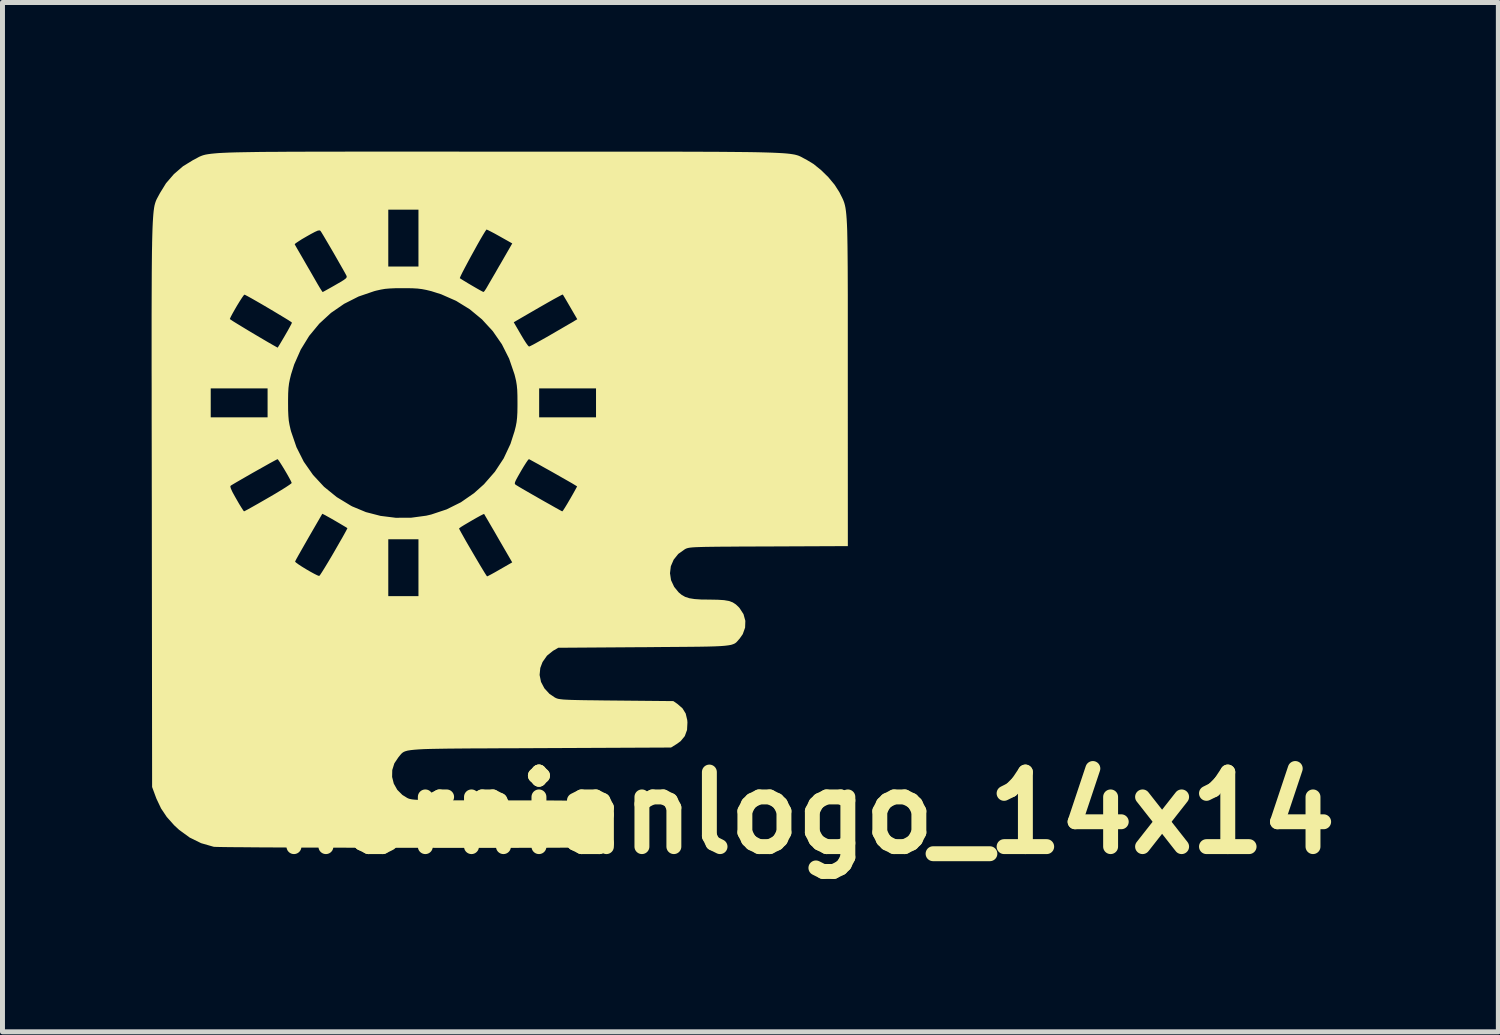
<source format=kicad_pcb>
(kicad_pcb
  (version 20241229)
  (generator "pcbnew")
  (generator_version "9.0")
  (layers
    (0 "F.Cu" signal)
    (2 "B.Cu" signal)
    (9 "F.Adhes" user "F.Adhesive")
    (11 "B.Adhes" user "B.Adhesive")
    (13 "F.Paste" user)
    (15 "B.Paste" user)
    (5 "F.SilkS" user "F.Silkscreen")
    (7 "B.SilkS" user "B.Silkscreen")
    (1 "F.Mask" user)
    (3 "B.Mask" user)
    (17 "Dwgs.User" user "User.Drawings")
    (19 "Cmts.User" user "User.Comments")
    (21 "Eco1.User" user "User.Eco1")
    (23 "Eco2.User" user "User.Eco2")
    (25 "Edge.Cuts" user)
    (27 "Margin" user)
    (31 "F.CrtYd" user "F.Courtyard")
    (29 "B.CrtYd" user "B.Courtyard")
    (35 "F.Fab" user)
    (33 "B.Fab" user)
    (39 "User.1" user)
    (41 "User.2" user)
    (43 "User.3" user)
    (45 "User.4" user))
  (footprint "hernianlogo_14x14"
    (layer "F.Cu")
    (at 7.002 7.004)
    (property "Reference" "hernianlogo_14x14" (at 6.147 6.299 0) (layer "F.SilkS") (effects (font (size 1.5 1.5) (thickness 0.3))))
    (attr board_only exclude_from_pos_files exclude_from_bom)
    (fp_poly (pts (xy -2.082 -7.004) (xy -1.585 -7.004) (xy -1.046 -7.004) (xy -0.464 -7.003) (xy -0.001 -7.003) (xy 0.616 -7.003) (xy 1.189 -7.003) (xy 1.718 -7.003) (xy 2.206 -7.003) (xy 2.654 -7.003) (xy 3.064 -7.003) (xy 3.438 -7.003) (xy 3.778 -7.002) (xy 4.086 -7.001) (xy 4.363 -7) (xy 4.611 -6.998) (xy 4.831 -6.996) (xy 5.027 -6.994) (xy 5.198 -6.991) (xy 5.348 -6.987) (xy 5.478 -6.983) (xy 5.589 -6.978) (xy 5.684 -6.973) (xy 5.764 -6.967) (xy 5.832 -6.96) (xy 5.887 -6.952) (xy 5.934 -6.944) (xy 5.973 -6.934) (xy 6.006 -6.924) (xy 6.035 -6.912) (xy 6.061 -6.9) (xy 6.087 -6.886) (xy 6.114 -6.871) (xy 6.144 -6.855) (xy 6.163 -6.846) (xy 6.312 -6.756) (xy 6.465 -6.633) (xy 6.611 -6.49) (xy 6.738 -6.337) (xy 6.834 -6.187) (xy 6.846 -6.163) (xy 6.867 -6.121) (xy 6.887 -6.082) (xy 6.904 -6.046) (xy 6.919 -6.01) (xy 6.933 -5.97) (xy 6.945 -5.926) (xy 6.956 -5.873) (xy 6.965 -5.811) (xy 6.973 -5.737) (xy 6.98 -5.648) (xy 6.986 -5.541) (xy 6.991 -5.416) (xy 6.994 -5.268) (xy 6.997 -5.096) (xy 6.999 -4.897) (xy 7.001 -4.669) (xy 7.002 -4.41) (xy 7.003 -4.117) (xy 7.003 -3.788) (xy 7.003 -3.42) (xy 7.003 -3.011) (xy 7.003 -2.559) (xy 7.003 -2.376) (xy 7.004 0.932) (xy 5.41 0.939) (xy 5.099 0.94) (xy 4.831 0.941) (xy 4.602 0.943) (xy 4.41 0.944) (xy 4.251 0.946) (xy 4.122 0.948) (xy 4.018 0.951) (xy 3.936 0.954) (xy 3.874 0.958) (xy 3.828 0.963) (xy 3.793 0.969) (xy 3.767 0.976) (xy 3.746 0.984) (xy 3.728 0.994) (xy 3.724 0.996) (xy 3.593 1.089) (xy 3.5 1.205) (xy 3.443 1.337) (xy 3.426 1.477) (xy 3.447 1.617) (xy 3.51 1.752) (xy 3.599 1.861) (xy 3.662 1.914) (xy 3.731 1.953) (xy 3.814 1.98) (xy 3.919 1.997) (xy 4.054 2.006) (xy 4.223 2.008) (xy 4.388 2.011) (xy 4.514 2.019) (xy 4.612 2.036) (xy 4.688 2.064) (xy 4.751 2.105) (xy 4.811 2.162) (xy 4.826 2.179) (xy 4.905 2.301) (xy 4.942 2.435) (xy 4.937 2.572) (xy 4.89 2.703) (xy 4.828 2.792) (xy 4.802 2.821) (xy 4.78 2.847) (xy 4.758 2.87) (xy 4.732 2.889) (xy 4.699 2.904) (xy 4.656 2.918) (xy 4.6 2.928) (xy 4.527 2.937) (xy 4.434 2.944) (xy 4.318 2.949) (xy 4.176 2.953) (xy 4.004 2.956) (xy 3.799 2.958) (xy 3.557 2.96) (xy 3.276 2.962) (xy 2.952 2.965) (xy 2.895 2.965) (xy 1.179 2.977) (xy 1.072 3.039) (xy 0.952 3.136) (xy 0.862 3.264) (xy 0.817 3.383) (xy 0.803 3.524) (xy 0.831 3.663) (xy 0.899 3.792) (xy 1.001 3.904) (xy 1.109 3.977) (xy 1.131 3.988) (xy 1.155 3.998) (xy 1.185 4.006) (xy 1.225 4.012) (xy 1.279 4.018) (xy 1.351 4.022) (xy 1.445 4.026) (xy 1.566 4.029) (xy 1.717 4.032) (xy 1.904 4.034) (xy 2.13 4.037) (xy 2.348 4.039) (xy 3.494 4.05) (xy 3.576 4.107) (xy 3.678 4.196) (xy 3.742 4.3) (xy 3.773 4.431) (xy 3.777 4.48) (xy 3.769 4.63) (xy 3.724 4.754) (xy 3.64 4.856) (xy 3.56 4.914) (xy 3.447 4.984) (xy 0.819 4.996) (xy 0.406 4.998) (xy 0.038 4.999) (xy -0.289 5.001) (xy -0.577 5.002) (xy -0.829 5.004) (xy -1.047 5.006) (xy -1.234 5.009) (xy -1.393 5.012) (xy -1.526 5.016) (xy -1.636 5.022) (xy -1.725 5.029) (xy -1.796 5.037) (xy -1.852 5.046) (xy -1.895 5.058) (xy -1.928 5.071) (xy -1.953 5.087) (xy -1.973 5.104) (xy -1.991 5.124) (xy -2.01 5.147) (xy -2.031 5.173) (xy -2.037 5.18) (xy -2.119 5.302) (xy -2.161 5.437) (xy -2.164 5.576) (xy -2.13 5.711) (xy -2.06 5.835) (xy -1.957 5.938) (xy -1.86 5.998) (xy -1.841 6.007) (xy -1.82 6.015) (xy -1.795 6.021) (xy -1.763 6.027) (xy -1.719 6.032) (xy -1.661 6.036) (xy -1.586 6.039) (xy -1.49 6.041) (xy -1.37 6.043) (xy -1.223 6.045) (xy -1.046 6.045) (xy -0.836 6.046) (xy -0.588 6.046) (xy -0.3 6.046) (xy 0.03 6.047) (xy 0.051 6.047) (xy 0.422 6.047) (xy 0.749 6.047) (xy 1.032 6.049) (xy 1.274 6.051) (xy 1.475 6.053) (xy 1.639 6.056) (xy 1.766 6.059) (xy 1.857 6.064) (xy 1.916 6.069) (xy 1.94 6.073) (xy 2.075 6.14) (xy 2.176 6.238) (xy 2.24 6.363) (xy 2.264 6.51) (xy 2.265 6.523) (xy 2.248 6.674) (xy 2.195 6.796) (xy 2.105 6.895) (xy 2.003 6.959) (xy 1.991 6.965) (xy 1.976 6.97) (xy 1.956 6.975) (xy 1.93 6.979) (xy 1.895 6.983) (xy 1.849 6.986) (xy 1.79 6.989) (xy 1.715 6.992) (xy 1.622 6.994) (xy 1.51 6.996) (xy 1.376 6.998) (xy 1.218 6.999) (xy 1.033 7) (xy 0.82 7.001) (xy 0.577 7.001) (xy 0.301 7.002) (xy -0.011 7.002) (xy -0.359 7.002) (xy -0.746 7.002) (xy -1.175 7.002) (xy -1.648 7.001) (xy -1.873 7.001) (xy -2.291 7.001) (xy -2.698 7) (xy -3.09 6.999) (xy -3.465 6.998) (xy -3.821 6.997) (xy -4.155 6.996) (xy -4.465 6.994) (xy -4.748 6.993) (xy -5.001 6.991) (xy -5.222 6.989) (xy -5.408 6.988) (xy -5.557 6.986) (xy -5.666 6.984) (xy -5.734 6.982) (xy -5.755 6.98) (xy -6.006 6.908) (xy -6.236 6.795) (xy -6.45 6.639) (xy -6.548 6.548) (xy -6.697 6.381) (xy -6.812 6.209) (xy -6.905 6.013) (xy -6.929 5.949) (xy -6.992 5.778) (xy -6.997 1.243) (xy -4.116 1.243) (xy -4.099 1.262) (xy -4.05 1.298) (xy -3.98 1.344) (xy -3.897 1.395) (xy -3.811 1.445) (xy -3.732 1.488) (xy -3.67 1.519) (xy -3.634 1.532) (xy -3.63 1.532) (xy -3.612 1.511) (xy -3.575 1.455) (xy -3.522 1.37) (xy -3.456 1.261) (xy -3.381 1.135) (xy -3.332 1.051) (xy -3.255 0.917) (xy -3.187 0.798) (xy -3.184 0.794) (xy -2.241 0.794) (xy -2.241 1.366) (xy -2.241 1.938) (xy -1.938 1.938) (xy -1.634 1.938) (xy -1.634 1.366) (xy -1.634 0.794) (xy -1.938 0.794) (xy -2.241 0.794) (xy -3.184 0.794) (xy -3.13 0.698) (xy -3.089 0.623) (xy -3.067 0.58) (xy -3.066 0.577) (xy -0.817 0.577) (xy -0.806 0.602) (xy -0.775 0.659) (xy -0.728 0.743) (xy -0.67 0.846) (xy -0.603 0.961) (xy -0.533 1.081) (xy -0.463 1.2) (xy -0.397 1.312) (xy -0.339 1.408) (xy -0.293 1.483) (xy -0.263 1.529) (xy -0.253 1.541) (xy -0.228 1.53) (xy -0.171 1.5) (xy -0.091 1.456) (xy 0.005 1.401) (xy 0.007 1.4) (xy 0.252 1.259) (xy -0.028 0.776) (xy -0.106 0.64) (xy -0.177 0.519) (xy -0.236 0.417) (xy -0.281 0.341) (xy -0.307 0.296) (xy -0.314 0.285) (xy -0.335 0.293) (xy -0.388 0.32) (xy -0.461 0.36) (xy -0.545 0.408) (xy -0.632 0.459) (xy -0.712 0.506) (xy -0.775 0.545) (xy -0.811 0.571) (xy -0.817 0.577) (xy -3.066 0.577) (xy -3.064 0.571) (xy -3.087 0.555) (xy -3.141 0.523) (xy -3.215 0.479) (xy -3.297 0.431) (xy -3.378 0.384) (xy -3.448 0.345) (xy -3.495 0.319) (xy -3.497 0.317) (xy -3.568 0.281) (xy -3.84 0.751) (xy -3.917 0.886) (xy -3.986 1.007) (xy -4.044 1.109) (xy -4.087 1.186) (xy -4.111 1.233) (xy -4.116 1.243) (xy -6.997 1.243) (xy -6.998 0.07) (xy -6.999 -0.265) (xy -5.419 -0.265) (xy -5.407 -0.224) (xy -5.376 -0.156) (xy -5.321 -0.056) (xy -5.298 -0.016) (xy -5.243 0.08) (xy -5.195 0.158) (xy -5.16 0.212) (xy -5.143 0.233) (xy -5.143 0.233) (xy -5.12 0.222) (xy -5.062 0.191) (xy -4.976 0.143) (xy -4.866 0.081) (xy -4.739 0.008) (xy -4.654 -0.041) (xy -4.52 -0.119) (xy -4.401 -0.191) (xy -4.303 -0.252) (xy -4.231 -0.3) (xy -4.191 -0.33) (xy -4.184 -0.339) (xy -4.2 -0.377) (xy -4.234 -0.441) (xy -4.279 -0.521) (xy -4.329 -0.606) (xy -4.379 -0.688) (xy -4.423 -0.757) (xy -4.455 -0.803) (xy -4.468 -0.817) (xy -4.492 -0.806) (xy -4.549 -0.776) (xy -4.633 -0.73) (xy -4.736 -0.672) (xy -4.852 -0.607) (xy -4.973 -0.539) (xy -5.093 -0.47) (xy -5.204 -0.406) (xy -5.301 -0.35) (xy -5.375 -0.306) (xy -5.411 -0.284) (xy -5.419 -0.265) (xy -6.999 -0.265) (xy -6.999 -0.55) (xy -7 -1.126) (xy -7.001 -1.658) (xy -7.001 -2.148) (xy -7.001 -2.241) (xy -5.813 -2.241) (xy -5.813 -1.949) (xy -5.813 -1.658) (xy -5.241 -1.658) (xy -4.669 -1.658) (xy -4.669 -1.949) (xy -4.257 -1.949) (xy -4.256 -1.802) (xy -4.251 -1.688) (xy -4.243 -1.594) (xy -4.228 -1.507) (xy -4.207 -1.414) (xy -4.196 -1.373) (xy -4.088 -1.058) (xy -3.941 -0.766) (xy -3.755 -0.5) (xy -3.534 -0.262) (xy -3.278 -0.054) (xy -2.99 0.121) (xy -2.965 0.134) (xy -2.691 0.248) (xy -2.397 0.324) (xy -2.092 0.362) (xy -1.782 0.361) (xy -1.478 0.32) (xy -1.376 0.296) (xy -1.067 0.193) (xy -0.78 0.05) (xy -0.516 -0.133) (xy -0.314 -0.314) (xy -0.305 -0.325) (xy 0.304 -0.325) (xy 0.314 -0.308) (xy 0.334 -0.294) (xy 0.335 -0.294) (xy 0.382 -0.265) (xy 0.458 -0.22) (xy 0.555 -0.164) (xy 0.666 -0.1) (xy 0.785 -0.032) (xy 0.904 0.036) (xy 1.017 0.099) (xy 1.115 0.155) (xy 1.193 0.198) (xy 1.244 0.226) (xy 1.26 0.233) (xy 1.276 0.214) (xy 1.31 0.162) (xy 1.357 0.085) (xy 1.412 -0.009) (xy 1.417 -0.017) (xy 1.472 -0.113) (xy 1.516 -0.192) (xy 1.546 -0.247) (xy 1.557 -0.27) (xy 1.557 -0.27) (xy 1.521 -0.292) (xy 1.455 -0.332) (xy 1.364 -0.384) (xy 1.255 -0.446) (xy 1.136 -0.514) (xy 1.014 -0.583) (xy 0.895 -0.649) (xy 0.787 -0.71) (xy 0.695 -0.76) (xy 0.628 -0.797) (xy 0.592 -0.816) (xy 0.587 -0.817) (xy 0.568 -0.798) (xy 0.532 -0.746) (xy 0.483 -0.669) (xy 0.427 -0.575) (xy 0.425 -0.571) (xy 0.366 -0.468) (xy 0.328 -0.398) (xy 0.308 -0.353) (xy 0.304 -0.325) (xy -0.305 -0.325) (xy -0.097 -0.563) (xy 0.08 -0.832) (xy 0.217 -1.124) (xy 0.298 -1.376) (xy 0.323 -1.474) (xy 0.34 -1.562) (xy 0.35 -1.652) (xy 0.356 -1.757) (xy 0.358 -1.892) (xy 0.358 -1.949) (xy 0.357 -2.097) (xy 0.353 -2.211) (xy 0.35 -2.241) (xy 0.794 -2.241) (xy 0.794 -1.949) (xy 0.794 -1.658) (xy 1.366 -1.658) (xy 1.938 -1.658) (xy 1.938 -1.949) (xy 1.938 -2.241) (xy 1.366 -2.241) (xy 0.794 -2.241) (xy 0.35 -2.241) (xy 0.344 -2.305) (xy 0.33 -2.392) (xy 0.308 -2.485) (xy 0.297 -2.526) (xy 0.19 -2.839) (xy 0.044 -3.129) (xy -0.139 -3.393) (xy -0.303 -3.571) (xy 0.283 -3.571) (xy 0.425 -3.326) (xy 0.481 -3.232) (xy 0.531 -3.154) (xy 0.569 -3.102) (xy 0.59 -3.082) (xy 0.59 -3.082) (xy 0.617 -3.093) (xy 0.678 -3.124) (xy 0.765 -3.172) (xy 0.874 -3.233) (xy 0.998 -3.303) (xy 1.025 -3.319) (xy 1.154 -3.394) (xy 1.273 -3.463) (xy 1.374 -3.522) (xy 1.451 -3.566) (xy 1.495 -3.592) (xy 1.498 -3.595) (xy 1.561 -3.632) (xy 1.419 -3.876) (xy 1.364 -3.971) (xy 1.317 -4.051) (xy 1.284 -4.106) (xy 1.27 -4.129) (xy 1.27 -4.129) (xy 1.247 -4.121) (xy 1.187 -4.089) (xy 1.091 -4.037) (xy 0.962 -3.964) (xy 0.801 -3.872) (xy 0.611 -3.762) (xy 0.416 -3.649) (xy 0.283 -3.571) (xy -0.303 -3.571) (xy -0.356 -3.629) (xy -0.603 -3.833) (xy -0.877 -4.002) (xy -1.177 -4.134) (xy -1.376 -4.197) (xy -1.474 -4.221) (xy -1.562 -4.238) (xy -1.652 -4.249) (xy -1.757 -4.255) (xy -1.892 -4.257) (xy -1.949 -4.257) (xy -2.097 -4.256) (xy -2.211 -4.251) (xy -2.305 -4.243) (xy -2.392 -4.228) (xy -2.485 -4.207) (xy -2.526 -4.196) (xy -2.839 -4.089) (xy -3.129 -3.942) (xy -3.393 -3.76) (xy -3.629 -3.543) (xy -3.833 -3.296) (xy -4.002 -3.021) (xy -4.134 -2.722) (xy -4.197 -2.522) (xy -4.221 -2.424) (xy -4.238 -2.337) (xy -4.249 -2.247) (xy -4.255 -2.141) (xy -4.257 -2.007) (xy -4.257 -1.949) (xy -4.669 -1.949) (xy -4.669 -2.241) (xy -5.241 -2.241) (xy -5.813 -2.241) (xy -7.001 -2.241) (xy -7.002 -2.6) (xy -7.002 -3.013) (xy -7.002 -3.39) (xy -7.002 -3.636) (xy -5.428 -3.636) (xy -5.409 -3.622) (xy -5.356 -3.587) (xy -5.275 -3.537) (xy -5.173 -3.475) (xy -5.056 -3.404) (xy -4.93 -3.329) (xy -4.803 -3.254) (xy -4.679 -3.181) (xy -4.566 -3.116) (xy -4.47 -3.062) (xy -4.467 -3.06) (xy -4.455 -3.078) (xy -4.423 -3.129) (xy -4.378 -3.205) (xy -4.323 -3.298) (xy -4.321 -3.302) (xy -4.266 -3.397) (xy -4.221 -3.479) (xy -4.19 -3.537) (xy -4.179 -3.564) (xy -4.179 -3.564) (xy -4.198 -3.579) (xy -4.251 -3.614) (xy -4.331 -3.663) (xy -4.431 -3.723) (xy -4.544 -3.791) (xy -4.664 -3.862) (xy -4.783 -3.932) (xy -4.896 -3.997) (xy -4.994 -4.053) (xy -5.072 -4.096) (xy -5.122 -4.122) (xy -5.134 -4.127) (xy -5.151 -4.111) (xy -5.185 -4.063) (xy -5.23 -3.993) (xy -5.281 -3.91) (xy -5.331 -3.824) (xy -5.376 -3.744) (xy -5.41 -3.68) (xy -5.427 -3.641) (xy -5.428 -3.636) (xy -7.002 -3.636) (xy -7.002 -3.733) (xy -7.001 -4.044) (xy -7 -4.323) (xy -6.999 -4.574) (xy -6.997 -4.797) (xy -6.995 -4.995) (xy -6.992 -5.14) (xy -4.124 -5.14) (xy -4.124 -5.14) (xy -4.11 -5.115) (xy -4.076 -5.055) (xy -4.025 -4.967) (xy -3.96 -4.855) (xy -3.886 -4.726) (xy -3.804 -4.585) (xy -3.719 -4.437) (xy -3.661 -4.336) (xy -3.617 -4.262) (xy -3.582 -4.207) (xy -3.563 -4.18) (xy -3.561 -4.179) (xy -3.539 -4.19) (xy -3.485 -4.22) (xy -3.406 -4.264) (xy -3.311 -4.318) (xy -3.306 -4.321) (xy -3.202 -4.381) (xy -3.134 -4.423) (xy -3.094 -4.454) (xy -3.091 -4.458) (xy -0.802 -4.458) (xy -0.775 -4.44) (xy -0.719 -4.405) (xy -0.643 -4.359) (xy -0.558 -4.309) (xy -0.474 -4.26) (xy -0.4 -4.218) (xy -0.348 -4.19) (xy -0.326 -4.18) (xy -0.307 -4.197) (xy -0.278 -4.24) (xy -0.276 -4.243) (xy -0.253 -4.282) (xy -0.211 -4.355) (xy -0.154 -4.453) (xy -0.085 -4.571) (xy -0.011 -4.701) (xy 0.008 -4.732) (xy 0.253 -5.157) (xy -0.003 -5.301) (xy -0.1 -5.355) (xy -0.182 -5.398) (xy -0.24 -5.427) (xy -0.266 -5.437) (xy -0.266 -5.436) (xy -0.292 -5.399) (xy -0.333 -5.332) (xy -0.387 -5.24) (xy -0.449 -5.131) (xy -0.515 -5.011) (xy -0.583 -4.888) (xy -0.647 -4.769) (xy -0.705 -4.66) (xy -0.753 -4.568) (xy -0.786 -4.5) (xy -0.801 -4.463) (xy -0.802 -4.458) (xy -3.091 -4.458) (xy -3.078 -4.477) (xy -3.078 -4.498) (xy -3.085 -4.513) (xy -3.116 -4.571) (xy -3.164 -4.656) (xy -3.223 -4.759) (xy -3.289 -4.875) (xy -3.358 -4.995) (xy -3.427 -5.113) (xy -3.49 -5.22) (xy -3.543 -5.31) (xy -3.583 -5.376) (xy -3.605 -5.409) (xy -3.607 -5.411) (xy -3.626 -5.42) (xy -3.661 -5.414) (xy -3.717 -5.389) (xy -3.802 -5.344) (xy -3.883 -5.298) (xy -3.978 -5.243) (xy -4.054 -5.194) (xy -4.106 -5.159) (xy -4.124 -5.14) (xy -6.992 -5.14) (xy -6.992 -5.169) (xy -6.988 -5.322) (xy -6.984 -5.454) (xy -6.979 -5.567) (xy -6.973 -5.665) (xy -6.967 -5.747) (xy -6.96 -5.816) (xy -6.957 -5.836) (xy -2.241 -5.836) (xy -2.241 -5.264) (xy -2.241 -4.692) (xy -1.938 -4.692) (xy -1.634 -4.692) (xy -1.634 -5.264) (xy -1.634 -5.836) (xy -1.938 -5.836) (xy -2.241 -5.836) (xy -6.957 -5.836) (xy -6.952 -5.874) (xy -6.943 -5.922) (xy -6.932 -5.963) (xy -6.921 -5.997) (xy -6.909 -6.028) (xy -6.896 -6.055) (xy -6.881 -6.083) (xy -6.866 -6.111) (xy -6.849 -6.142) (xy -6.834 -6.17) (xy -6.712 -6.368) (xy -6.553 -6.552) (xy -6.37 -6.71) (xy -6.171 -6.832) (xy -6.163 -6.836) (xy -6.128 -6.854) (xy -6.098 -6.87) (xy -6.07 -6.886) (xy -6.044 -6.9) (xy -6.016 -6.912) (xy -5.986 -6.924) (xy -5.951 -6.935) (xy -5.91 -6.945) (xy -5.861 -6.953) (xy -5.803 -6.961) (xy -5.732 -6.968) (xy -5.649 -6.975) (xy -5.55 -6.98) (xy -5.435 -6.985) (xy -5.3 -6.989) (xy -5.146 -6.992) (xy -4.969 -6.995) (xy -4.768 -6.998) (xy -4.541 -6.999) (xy -4.287 -7.001) (xy -4.003 -7.002) (xy -3.688 -7.003) (xy -3.341 -7.003) (xy -2.958 -7.004) (xy -2.539 -7.004)) (stroke (width 0) (type solid)) (fill yes) (layer "F.SilkS")))
  (gr_rect
    (start -3 -3)
    (end 27.092 17.707)
    (stroke (width 0.1) (type default))
    (fill no)
    (layer "Edge.Cuts")))
</source>
